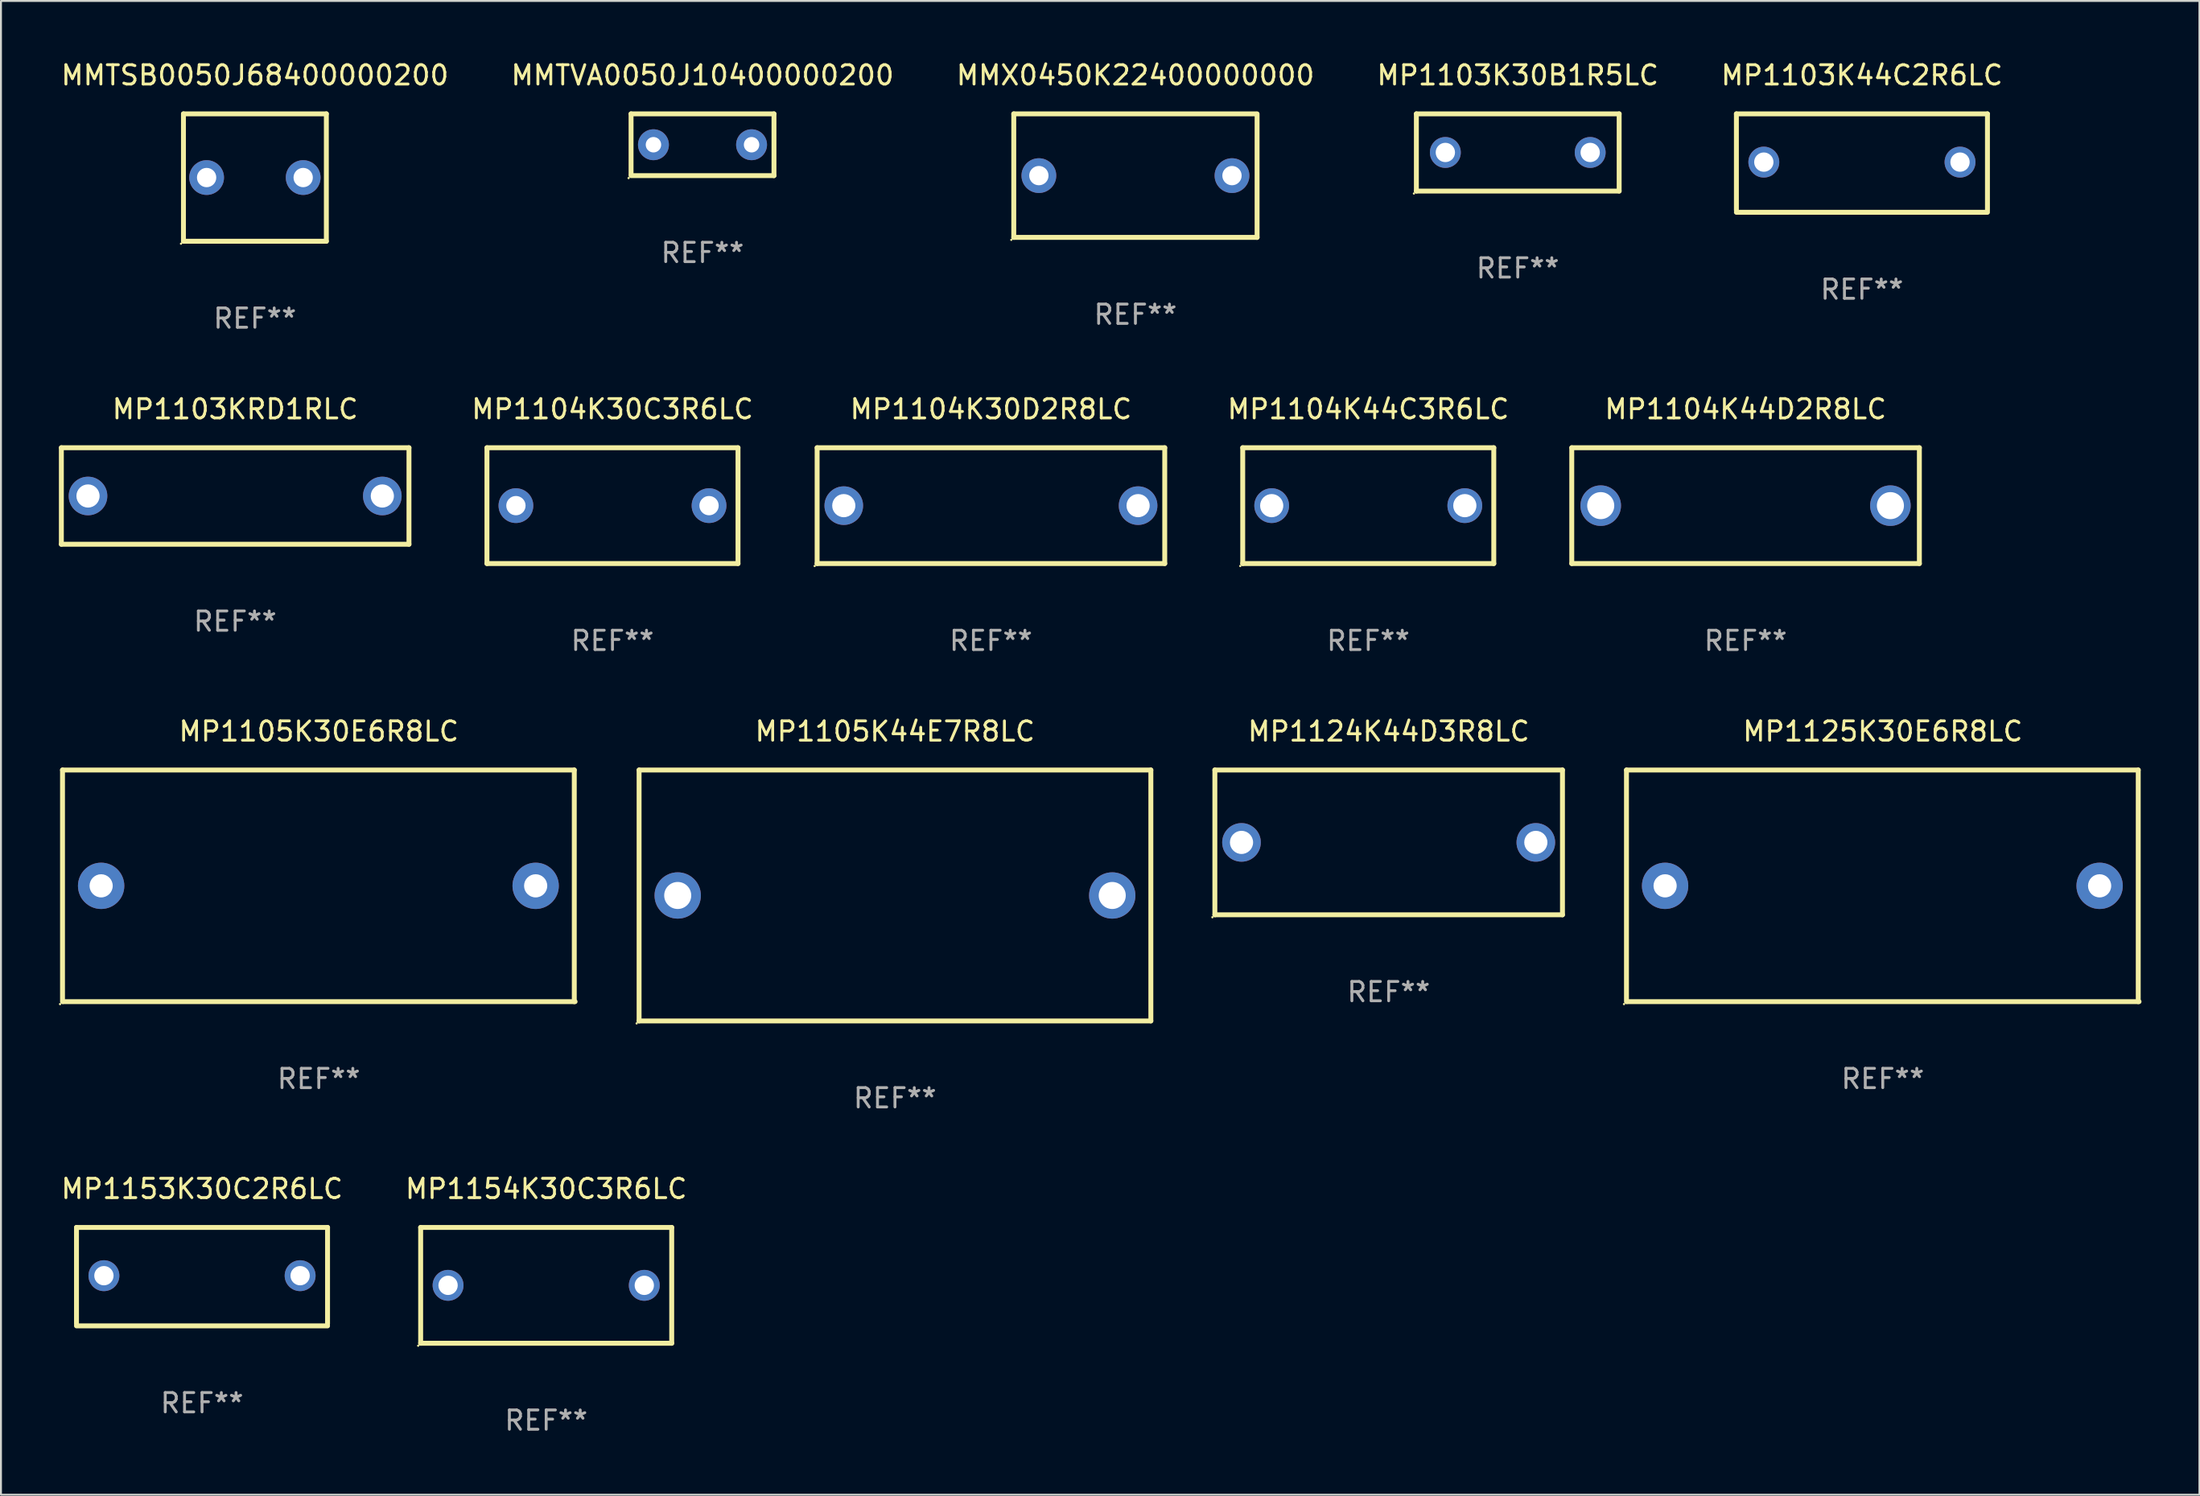
<source format=kicad_pcb>
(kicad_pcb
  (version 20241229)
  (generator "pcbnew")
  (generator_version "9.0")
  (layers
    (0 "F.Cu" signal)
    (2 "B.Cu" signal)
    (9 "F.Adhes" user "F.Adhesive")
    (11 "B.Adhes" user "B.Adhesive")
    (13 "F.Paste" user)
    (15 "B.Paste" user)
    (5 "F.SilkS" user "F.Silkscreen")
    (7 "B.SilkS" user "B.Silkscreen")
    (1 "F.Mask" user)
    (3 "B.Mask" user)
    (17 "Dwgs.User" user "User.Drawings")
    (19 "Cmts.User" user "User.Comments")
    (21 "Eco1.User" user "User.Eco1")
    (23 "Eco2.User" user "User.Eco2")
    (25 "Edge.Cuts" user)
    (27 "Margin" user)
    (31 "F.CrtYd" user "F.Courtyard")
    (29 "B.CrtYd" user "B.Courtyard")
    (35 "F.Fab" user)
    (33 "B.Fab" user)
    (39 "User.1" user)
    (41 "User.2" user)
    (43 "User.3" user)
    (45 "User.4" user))
  (footprint "MP1103K44C2R6LC"
    (layer "F.Cu")
    (at 93.363 5.398)
    (property "Reference" "MP1103K44C2R6LC" (at 0 -4.55 0) (layer "F.SilkS") (effects (font (size 1 1) (thickness 0.15))))
    (attr through_hole)
    (fp_line (start -6.5 -2.55) (end 6.5 -2.55) (stroke (width 0.254) (type solid)) (layer "F.SilkS"))
    (fp_line (start -6.5 2.45) (end -6.5 -2.55) (stroke (width 0.254) (type solid)) (layer "F.SilkS"))
    (fp_line (start 6.5 -2.55) (end 6.5 2.45) (stroke (width 0.254) (type solid)) (layer "F.SilkS"))
    (fp_line (start 6.5 2.55) (end -6.5 2.55) (stroke (width 0.254) (type solid)) (layer "F.SilkS"))
    (fp_circle (center -6.5 2.45) (end -6.47 2.45) (stroke (width 0.06) (type solid)) (fill no) (layer "F.SilkS"))
    (fp_text user "REF**" (at 0 6.55 0) (layer "F.Fab") (effects (font (size 1 1) (thickness 0.15))))
    (pad "1" thru_hole circle (at -5.08 -0.05) (size 1.6 1.6) (drill 1) (layers "*.Cu" "*.Mask"))
    (pad "2" thru_hole circle (at 5.08 -0.05) (size 1.6 1.6) (drill 1) (layers "*.Cu" "*.Mask")))
  (footprint "MMX0450K22400000000"
    (layer "F.Cu")
    (at 55.744 6.048)
    (property "Reference" "MMX0450K22400000000" (at 0 -5.2 0) (layer "F.SilkS") (effects (font (size 1 1) (thickness 0.15))))
    (attr through_hole)
    (fp_line (start -6.3 3.2) (end 6.3 3.2) (stroke (width 0.254) (type solid)) (layer "F.SilkS"))
    (fp_line (start -6.3 -3.2) (end -6.3 3.2) (stroke (width 0.254) (type solid)) (layer "F.SilkS"))
    (fp_line (start -6.3 -3.2) (end 6.223 -3.2) (stroke (width 0.254) (type solid)) (layer "F.SilkS"))
    (fp_line (start 6.3 -3.2) (end 6.3 3.2) (stroke (width 0.254) (type solid)) (layer "F.SilkS"))
    (fp_circle (center -6.427 3.327) (end -6.397 3.327) (stroke (width 0.06) (type solid)) (fill no) (layer "F.SilkS"))
    (fp_text user "REF**" (at 0 7.2 0) (layer "F.Fab") (effects (font (size 1 1) (thickness 0.15))))
    (pad "1" thru_hole circle (at -5 0) (size 1.8 1.8) (drill 1) (layers "*.Cu" "*.Mask"))
    (pad "2" thru_hole circle (at 5 0) (size 1.8 1.8) (drill 1) (layers "*.Cu" "*.Mask")))
  (footprint "MP1104K44D2R8LC"
    (layer "F.Cu")
    (at 87.338 23.145)
    (property "Reference" "MP1104K44D2R8LC" (at 0 -5 0) (layer "F.SilkS") (effects (font (size 1 1) (thickness 0.15))))
    (attr through_hole)
    (fp_line (start -9 -3) (end 9 -3) (stroke (width 0.254) (type solid)) (layer "F.SilkS"))
    (fp_line (start -9 3) (end -9 -3) (stroke (width 0.254) (type solid)) (layer "F.SilkS"))
    (fp_line (start 9 -3) (end 9 3) (stroke (width 0.254) (type solid)) (layer "F.SilkS"))
    (fp_line (start 9 3) (end -9 3) (stroke (width 0.254) (type solid)) (layer "F.SilkS"))
    (fp_circle (center -9 3) (end -8.97 3) (stroke (width 0.06) (type solid)) (fill no) (layer "F.SilkS"))
    (fp_text user "REF**" (at 0 7 0) (layer "F.Fab") (effects (font (size 1 1) (thickness 0.15))))
    (pad "1" thru_hole circle (at -7.5 0) (size 2.1 2.1) (drill 1.4) (layers "*.Cu" "*.Mask"))
    (pad "2" thru_hole circle (at 7.5 0) (size 2.1 2.1) (drill 1.4) (layers "*.Cu" "*.Mask")))
  (footprint "MP1124K44D3R8LC"
    (layer "F.Cu")
    (at 68.857 40.591)
    (property "Reference" "MP1124K44D3R8LC" (at 0 -5.75 0) (layer "F.SilkS") (effects (font (size 1 1) (thickness 0.15))))
    (attr through_hole)
    (fp_line (start -9 -3.75) (end 9 -3.75) (stroke (width 0.254) (type solid)) (layer "F.SilkS"))
    (fp_line (start -9 3.75) (end -9 -3.75) (stroke (width 0.254) (type solid)) (layer "F.SilkS"))
    (fp_line (start 9 -3.75) (end 9 3.75) (stroke (width 0.254) (type solid)) (layer "F.SilkS"))
    (fp_line (start 9 3.75) (end -9 3.75) (stroke (width 0.254) (type solid)) (layer "F.SilkS"))
    (fp_circle (center -9.127 3.877) (end -9.097 3.877) (stroke (width 0.06) (type solid)) (fill no) (layer "F.SilkS"))
    (fp_text user "REF**" (at 0 7.75 0) (layer "F.Fab") (effects (font (size 1 1) (thickness 0.15))))
    (pad "1" thru_hole circle (at -7.62 0) (size 2 2) (drill 1.2) (layers "*.Cu" "*.Mask"))
    (pad "2" thru_hole circle (at 7.62 0) (size 2 2) (drill 1.2) (layers "*.Cu" "*.Mask")))
  (footprint "MMTSB0050J68400000200"
    (layer "F.Cu")
    (at 10.149 6.148)
    (property "Reference" "MMTSB0050J68400000200" (at 0 -5.3 0) (layer "F.SilkS") (effects (font (size 1 1) (thickness 0.15))))
    (attr through_hole)
    (fp_line (start -3.7 -3.3) (end -3.7 3.3) (stroke (width 0.254) (type solid)) (layer "F.SilkS"))
    (fp_line (start -3.7 -3.3) (end 3.7 -3.3) (stroke (width 0.254) (type solid)) (layer "F.SilkS"))
    (fp_line (start -3.7 3.3) (end 3.7 3.3) (stroke (width 0.254) (type solid)) (layer "F.SilkS"))
    (fp_line (start 3.7 -3.3) (end 3.7 3.3) (stroke (width 0.254) (type solid)) (layer "F.SilkS"))
    (fp_circle (center -3.827 3.427) (end -3.797 3.427) (stroke (width 0.06) (type solid)) (fill no) (layer "F.SilkS"))
    (fp_text user "REF**" (at 0 7.3 0) (layer "F.Fab") (effects (font (size 1 1) (thickness 0.15))))
    (pad "1" thru_hole circle (at -2.5 0) (size 1.8 1.8) (drill 1) (layers "*.Cu" "*.Mask"))
    (pad "2" thru_hole circle (at 2.5 0) (size 1.8 1.8) (drill 1) (layers "*.Cu" "*.Mask")))
  (footprint "MMTVA0050J10400000200"
    (layer "F.Cu")
    (at 33.327 4.448)
    (property "Reference" "MMTVA0050J10400000200" (at 0 -3.6 0) (layer "F.SilkS") (effects (font (size 1 1) (thickness 0.15))))
    (attr through_hole)
    (fp_line (start -3.7 -1.6) (end -3.7 1.524) (stroke (width 0.254) (type solid)) (layer "F.SilkS"))
    (fp_line (start -3.7 -1.6) (end 3.7 -1.6) (stroke (width 0.254) (type solid)) (layer "F.SilkS"))
    (fp_line (start -3.7 1.6) (end 3.7 1.6) (stroke (width 0.254) (type solid)) (layer "F.SilkS"))
    (fp_line (start 3.7 -1.6) (end 3.7 1.6) (stroke (width 0.254) (type solid)) (layer "F.SilkS"))
    (fp_circle (center -3.827 1.727) (end -3.797 1.727) (stroke (width 0.06) (type solid)) (fill no) (layer "F.SilkS"))
    (fp_text user "REF**" (at 0 5.6 0) (layer "F.Fab") (effects (font (size 1 1) (thickness 0.15))))
    (pad "1" thru_hole circle (at -2.54 0) (size 1.6 1.6) (drill 0.8) (layers "*.Cu" "*.Mask"))
    (pad "2" thru_hole circle (at 2.54 0) (size 1.6 1.6) (drill 0.8) (layers "*.Cu" "*.Mask")))
  (footprint "MP1103K30B1R5LC"
    (layer "F.Cu")
    (at 75.542 4.848)
    (property "Reference" "MP1103K30B1R5LC" (at 0 -4 0) (layer "F.SilkS") (effects (font (size 1 1) (thickness 0.15))))
    (attr through_hole)
    (fp_line (start -5.25 -2) (end 5.25 -2) (stroke (width 0.254) (type solid)) (layer "F.SilkS"))
    (fp_line (start -5.25 2) (end -5.25 -2) (stroke (width 0.254) (type solid)) (layer "F.SilkS"))
    (fp_line (start 5.25 -2) (end 5.25 2) (stroke (width 0.254) (type solid)) (layer "F.SilkS"))
    (fp_line (start 5.25 2) (end -5.25 2) (stroke (width 0.254) (type solid)) (layer "F.SilkS"))
    (fp_circle (center -5.377 2.127) (end -5.347 2.127) (stroke (width 0.06) (type solid)) (fill no) (layer "F.SilkS"))
    (fp_text user "REF**" (at 0 6 0) (layer "F.Fab") (effects (font (size 1 1) (thickness 0.15))))
    (pad "1" thru_hole circle (at -3.75 0) (size 1.6 1.6) (drill 1) (layers "*.Cu" "*.Mask"))
    (pad "2" thru_hole circle (at 3.75 0) (size 1.6 1.6) (drill 1) (layers "*.Cu" "*.Mask")))
  (footprint "MP1154K30C3R6LC"
    (layer "F.Cu")
    (at 25.232 63.538)
    (property "Reference" "MP1154K30C3R6LC" (at 0 -5 0) (layer "F.SilkS") (effects (font (size 1 1) (thickness 0.15))))
    (attr through_hole)
    (fp_line (start -6.5 -3) (end 6.5 -3) (stroke (width 0.254) (type solid)) (layer "F.SilkS"))
    (fp_line (start -6.5 3) (end -6.5 -3) (stroke (width 0.254) (type solid)) (layer "F.SilkS"))
    (fp_line (start 6.5 -3) (end 6.5 3) (stroke (width 0.254) (type solid)) (layer "F.SilkS"))
    (fp_line (start 6.5 3) (end -6.5 3) (stroke (width 0.254) (type solid)) (layer "F.SilkS"))
    (fp_circle (center -6.627 3.127) (end -6.597 3.127) (stroke (width 0.06) (type solid)) (fill no) (layer "F.SilkS"))
    (fp_text user "REF**" (at 0 7 0) (layer "F.Fab") (effects (font (size 1 1) (thickness 0.15))))
    (pad "1" thru_hole circle (at -5.08 0) (size 1.6 1.6) (drill 1) (layers "*.Cu" "*.Mask"))
    (pad "2" thru_hole circle (at 5.08 0) (size 1.6 1.6) (drill 1) (layers "*.Cu" "*.Mask")))
  (footprint "MP1103KRD1RLC"
    (layer "F.Cu")
    (at 9.127 22.645)
    (property "Reference" "MP1103KRD1RLC" (at 0 -4.5 0) (layer "F.SilkS") (effects (font (size 1 1) (thickness 0.15))))
    (attr through_hole)
    (fp_line (start -9 -2.5) (end 9 -2.5) (stroke (width 0.254) (type solid)) (layer "F.SilkS"))
    (fp_line (start -9 2.5) (end -9 -2.5) (stroke (width 0.254) (type solid)) (layer "F.SilkS"))
    (fp_line (start 9 -2.5) (end 9 2.5) (stroke (width 0.254) (type solid)) (layer "F.SilkS"))
    (fp_line (start 9 2.5) (end -9 2.5) (stroke (width 0.254) (type solid)) (layer "F.SilkS"))
    (fp_circle (center -9 2.5) (end -8.97 2.5) (stroke (width 0.06) (type solid)) (fill no) (layer "F.SilkS"))
    (fp_text user "REF**" (at 0 6.5 0) (layer "F.Fab") (effects (font (size 1 1) (thickness 0.15))))
    (pad "1" thru_hole circle (at -7.62 -0.000127) (size 2 2) (drill 1.2) (layers "*.Cu" "*.Mask"))
    (pad "2" thru_hole circle (at 7.62 -0.000127) (size 2 2) (drill 1.2) (layers "*.Cu" "*.Mask")))
  (footprint "MP1104K44C3R6LC"
    (layer "F.Cu")
    (at 67.8 23.145)
    (property "Reference" "MP1104K44C3R6LC" (at 0 -5 0) (layer "F.SilkS") (effects (font (size 1 1) (thickness 0.15))))
    (attr through_hole)
    (fp_line (start -6.5 -3) (end 6.5 -3) (stroke (width 0.254) (type solid)) (layer "F.SilkS"))
    (fp_line (start -6.5 3) (end -6.5 -3) (stroke (width 0.254) (type solid)) (layer "F.SilkS"))
    (fp_line (start -6.5 3) (end 6.5 3) (stroke (width 0.254) (type solid)) (layer "F.SilkS"))
    (fp_line (start 6.5 -3) (end 6.5 3) (stroke (width 0.254) (type solid)) (layer "F.SilkS"))
    (fp_circle (center -6.627 3.127) (end -6.597 3.127) (stroke (width 0.06) (type solid)) (fill no) (layer "F.SilkS"))
    (fp_text user "REF**" (at 0 7 0) (layer "F.Fab") (effects (font (size 1 1) (thickness 0.15))))
    (pad "1" thru_hole circle (at -5 0) (size 1.8 1.8) (drill 1.2) (layers "*.Cu" "*.Mask"))
    (pad "2" thru_hole circle (at 5 0) (size 1.8 1.8) (drill 1.2) (layers "*.Cu" "*.Mask")))
  (footprint "MP1125K30E6R8LC"
    (layer "F.Cu")
    (at 94.442 42.841)
    (property "Reference" "MP1125K30E6R8LC" (at 0 -8 0) (layer "F.SilkS") (effects (font (size 1 1) (thickness 0.15))))
    (attr through_hole)
    (fp_line (start -13.271 -6) (end 13.229 -6) (stroke (width 0.254) (type solid)) (layer "F.SilkS"))
    (fp_line (start -13.271 6) (end -13.271 -6) (stroke (width 0.254) (type solid)) (layer "F.SilkS"))
    (fp_line (start 13.229 -6) (end 13.229 6) (stroke (width 0.254) (type solid)) (layer "F.SilkS"))
    (fp_line (start 13.271 6) (end -13.229 6) (stroke (width 0.254) (type solid)) (layer "F.SilkS"))
    (fp_circle (center -13.398 6.127) (end -13.368 6.127) (stroke (width 0.06) (type solid)) (fill no) (layer "F.SilkS"))
    (fp_text user "REF**" (at 0 10 0) (layer "F.Fab") (effects (font (size 1 1) (thickness 0.15))))
    (pad "1" thru_hole circle (at -11.271 0) (size 2.4 2.4) (drill 1.2) (layers "*.Cu" "*.Mask"))
    (pad "2" thru_hole circle (at 11.229 0) (size 2.4 2.4) (drill 1.2) (layers "*.Cu" "*.Mask")))
  (footprint "MP1105K30E6R8LC"
    (layer "F.Cu")
    (at 13.458 42.841)
    (property "Reference" "MP1105K30E6R8LC" (at 0 -8 0) (layer "F.SilkS") (effects (font (size 1 1) (thickness 0.15))))
    (attr through_hole)
    (fp_line (start -13.271 -6) (end 13.229 -6) (stroke (width 0.254) (type solid)) (layer "F.SilkS"))
    (fp_line (start -13.271 6) (end -13.271 -6) (stroke (width 0.254) (type solid)) (layer "F.SilkS"))
    (fp_line (start 13.229 -6) (end 13.229 6) (stroke (width 0.254) (type solid)) (layer "F.SilkS"))
    (fp_line (start 13.271 6) (end -13.229 6) (stroke (width 0.254) (type solid)) (layer "F.SilkS"))
    (fp_circle (center -13.398 6.127) (end -13.368 6.127) (stroke (width 0.06) (type solid)) (fill no) (layer "F.SilkS"))
    (fp_text user "REF**" (at 0 10 0) (layer "F.Fab") (effects (font (size 1 1) (thickness 0.15))))
    (pad "1" thru_hole circle (at -11.271 0) (size 2.4 2.4) (drill 1.2) (layers "*.Cu" "*.Mask"))
    (pad "2" thru_hole circle (at 11.229 0) (size 2.4 2.4) (drill 1.2) (layers "*.Cu" "*.Mask")))
  (footprint "MP1104K30D2R8LC"
    (layer "F.Cu")
    (at 48.262 23.145)
    (property "Reference" "MP1104K30D2R8LC" (at 0 -5 0) (layer "F.SilkS") (effects (font (size 1 1) (thickness 0.15))))
    (attr through_hole)
    (fp_line (start -9 -3) (end 9 -3) (stroke (width 0.254) (type solid)) (layer "F.SilkS"))
    (fp_line (start -9 3) (end -9 -3) (stroke (width 0.254) (type solid)) (layer "F.SilkS"))
    (fp_line (start 9 -3) (end 9 3) (stroke (width 0.254) (type solid)) (layer "F.SilkS"))
    (fp_line (start 9 3) (end -9 3) (stroke (width 0.254) (type solid)) (layer "F.SilkS"))
    (fp_circle (center -9.127 3.127) (end -9.097 3.127) (stroke (width 0.06) (type solid)) (fill no) (layer "F.SilkS"))
    (fp_text user "REF**" (at 0 7 0) (layer "F.Fab") (effects (font (size 1 1) (thickness 0.15))))
    (pad "1" thru_hole circle (at -7.62 0) (size 2 2) (drill 1.2) (layers "*.Cu" "*.Mask"))
    (pad "2" thru_hole circle (at 7.62 0) (size 2 2) (drill 1.2) (layers "*.Cu" "*.Mask")))
  (footprint "MP1105K44E7R8LC"
    (layer "F.Cu")
    (at 43.293 43.341)
    (property "Reference" "MP1105K44E7R8LC" (at 0 -8.5 0) (layer "F.SilkS") (effects (font (size 1 1) (thickness 0.15))))
    (attr through_hole)
    (fp_line (start -13.25 -6.5) (end 13.25 -6.5) (stroke (width 0.254) (type solid)) (layer "F.SilkS"))
    (fp_line (start -13.25 6.5) (end -13.25 -6.5) (stroke (width 0.254) (type solid)) (layer "F.SilkS"))
    (fp_line (start 13.25 -6.5) (end 13.25 6.5) (stroke (width 0.254) (type solid)) (layer "F.SilkS"))
    (fp_line (start 13.25 6.5) (end -13.25 6.5) (stroke (width 0.254) (type solid)) (layer "F.SilkS"))
    (fp_circle (center -13.377 6.627) (end -13.347 6.627) (stroke (width 0.06) (type solid)) (fill no) (layer "F.SilkS"))
    (fp_text user "REF**" (at 0 10.5 0) (layer "F.Fab") (effects (font (size 1 1) (thickness 0.15))))
    (pad "1" thru_hole circle (at -11.25 0) (size 2.4 2.4) (drill 1.4) (layers "*.Cu" "*.Mask"))
    (pad "2" thru_hole circle (at 11.25 0) (size 2.4 2.4) (drill 1.4) (layers "*.Cu" "*.Mask")))
  (footprint "MP1104K30C3R6LC"
    (layer "F.Cu")
    (at 28.665 23.145)
    (property "Reference" "MP1104K30C3R6LC" (at 0 -5 0) (layer "F.SilkS") (effects (font (size 1 1) (thickness 0.15))))
    (attr through_hole)
    (fp_line (start -6.5 -3) (end 6.5 -3) (stroke (width 0.254) (type solid)) (layer "F.SilkS"))
    (fp_line (start -6.5 3) (end -6.5 -3) (stroke (width 0.254) (type solid)) (layer "F.SilkS"))
    (fp_line (start 6.5 -3) (end 6.5 3) (stroke (width 0.254) (type solid)) (layer "F.SilkS"))
    (fp_line (start 6.5 3) (end -6.5 3) (stroke (width 0.254) (type solid)) (layer "F.SilkS"))
    (fp_circle (center -6.5 3) (end -6.47 3) (stroke (width 0.06) (type solid)) (fill no) (layer "F.SilkS"))
    (fp_text user "REF**" (at 0 7 0) (layer "F.Fab") (effects (font (size 1 1) (thickness 0.15))))
    (pad "1" thru_hole circle (at -5 0) (size 1.8 1.8) (drill 1) (layers "*.Cu" "*.Mask"))
    (pad "2" thru_hole circle (at 5 0) (size 1.8 1.8) (drill 1) (layers "*.Cu" "*.Mask")))
  (footprint "MP1153K30C2R6LC"
    (layer "F.Cu")
    (at 7.411 63.088)
    (property "Reference" "MP1153K30C2R6LC" (at 0 -4.55 0) (layer "F.SilkS") (effects (font (size 1 1) (thickness 0.15))))
    (attr through_hole)
    (fp_line (start -6.5 -2.55) (end 6.5 -2.55) (stroke (width 0.254) (type solid)) (layer "F.SilkS"))
    (fp_line (start -6.5 2.45) (end -6.5 -2.55) (stroke (width 0.254) (type solid)) (layer "F.SilkS"))
    (fp_line (start 6.5 -2.55) (end 6.5 2.45) (stroke (width 0.254) (type solid)) (layer "F.SilkS"))
    (fp_line (start 6.5 2.55) (end -6.5 2.55) (stroke (width 0.254) (type solid)) (layer "F.SilkS"))
    (fp_circle (center -6.5 2.45) (end -6.47 2.45) (stroke (width 0.06) (type solid)) (fill no) (layer "F.SilkS"))
    (fp_text user "REF**" (at 0 6.55 0) (layer "F.Fab") (effects (font (size 1 1) (thickness 0.15))))
    (pad "1" thru_hole circle (at -5.08 -0.05) (size 1.6 1.6) (drill 1) (layers "*.Cu" "*.Mask"))
    (pad "2" thru_hole circle (at 5.08 -0.05) (size 1.6 1.6) (drill 1) (layers "*.Cu" "*.Mask")))
  (gr_rect
    (start -3 -3)
    (end 110.84 74.386)
    (stroke (width 0.1) (type default))
    (fill no)
    (layer "Edge.Cuts")))
</source>
